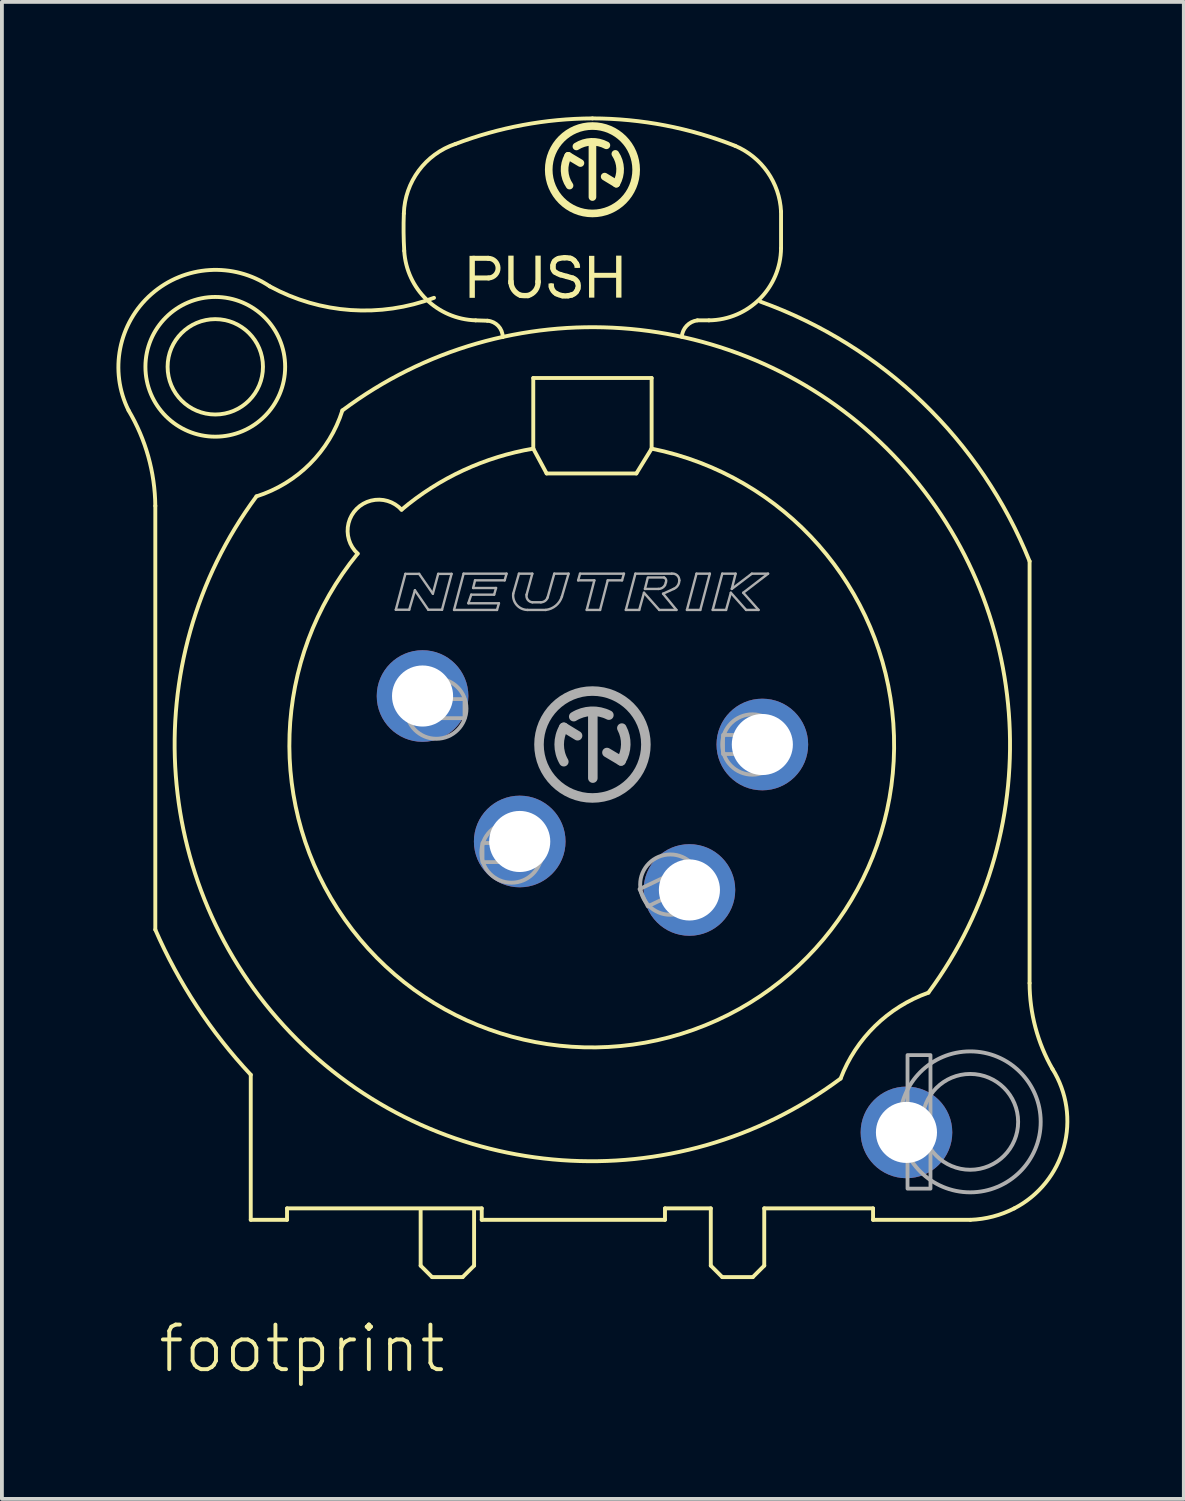
<source format=kicad_pcb>
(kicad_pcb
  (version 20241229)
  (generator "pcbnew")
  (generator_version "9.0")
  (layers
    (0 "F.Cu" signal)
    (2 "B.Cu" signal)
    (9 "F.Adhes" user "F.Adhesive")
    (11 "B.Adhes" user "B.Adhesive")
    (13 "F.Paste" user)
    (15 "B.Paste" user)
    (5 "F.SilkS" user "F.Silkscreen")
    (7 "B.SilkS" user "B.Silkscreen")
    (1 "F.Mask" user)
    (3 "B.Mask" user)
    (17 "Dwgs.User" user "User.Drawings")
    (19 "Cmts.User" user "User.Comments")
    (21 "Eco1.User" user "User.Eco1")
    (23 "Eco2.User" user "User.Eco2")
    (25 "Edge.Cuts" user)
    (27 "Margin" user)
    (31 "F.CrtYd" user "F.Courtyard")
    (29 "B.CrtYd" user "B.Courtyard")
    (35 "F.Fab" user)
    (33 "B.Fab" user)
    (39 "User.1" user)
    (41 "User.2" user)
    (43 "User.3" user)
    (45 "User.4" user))
  (footprint "footprint"
    (layer "F.Cu")
    (at 12.468 16.451)
    (property "Reference" "footprint" (at -11.43 16.51 0) (layer "F.SilkS") (effects (font (size 1.168 1.168) (thickness 0.102)) (justify left bottom)))
    (fp_line (start -11.45 -6.25) (end -11.45 4.85) (stroke (width 0.102) (type solid)) (layer "F.SilkS"))
    (fp_line (start -8.95 8.65) (end -8.95 12.45) (stroke (width 0.102) (type solid)) (layer "F.SilkS"))
    (fp_line (start -8.95 12.45) (end -8 12.45) (stroke (width 0.102) (type solid)) (layer "F.SilkS"))
    (fp_line (start -8 12.15) (end -2.9 12.15) (stroke (width 0.102) (type solid)) (layer "F.SilkS"))
    (fp_line (start -8 12.45) (end -8 12.15) (stroke (width 0.102) (type solid)) (layer "F.SilkS"))
    (fp_line (start -4.5 12.2) (end -4.5 13.65) (stroke (width 0.102) (type solid)) (layer "F.SilkS"))
    (fp_line (start -4.5 13.65) (end -4.2 13.95) (stroke (width 0.102) (type solid)) (layer "F.SilkS"))
    (fp_line (start -4.2 13.95) (end -3.4 13.95) (stroke (width 0.102) (type solid)) (layer "F.SilkS"))
    (fp_line (start -3.4 13.95) (end -3.1 13.65) (stroke (width 0.102) (type solid)) (layer "F.SilkS"))
    (fp_line (start -3.13 -12.735) (end -2.73 -12.735) (stroke (width 0.13) (type solid)) (layer "F.SilkS"))
    (fp_line (start -3.1 13.65) (end -3.1 12.2) (stroke (width 0.102) (type solid)) (layer "F.SilkS"))
    (fp_line (start -2.9 12.15) (end -2.9 12.45) (stroke (width 0.102) (type solid)) (layer "F.SilkS"))
    (fp_line (start -2.9 12.45) (end 1.9 12.45) (stroke (width 0.102) (type solid)) (layer "F.SilkS"))
    (fp_line (start -2.75 -11.1) (end -3.06 -11.11) (stroke (width 0.102) (type solid)) (layer "F.SilkS"))
    (fp_line (start -2.72 -12.22) (end -3.11 -12.22) (stroke (width 0.13) (type solid)) (layer "F.SilkS"))
    (fp_line (start -1.55 -9.6) (end -1.55 -7.75) (stroke (width 0.102) (type solid)) (layer "F.SilkS"))
    (fp_line (start -1.55 -7.75) (end -1.2 -7.1) (stroke (width 0.102) (type solid)) (layer "F.SilkS"))
    (fp_line (start -1.2 -7.1) (end 1.15 -7.1) (stroke (width 0.102) (type solid)) (layer "F.SilkS"))
    (fp_line (start -1.08 -12.01) (end -1.075 -11.985) (stroke (width 0.14) (type solid)) (layer "F.SilkS"))
    (fp_line (start -0.315 -15.23) (end -0.635 -15.42) (stroke (width 0.2) (type solid)) (layer "F.SilkS"))
    (fp_line (start 0 -14.34) (end 0 -15.73) (stroke (width 0.2) (type solid)) (layer "F.SilkS"))
    (fp_line (start 0.32 -14.875) (end 0.625 -14.69) (stroke (width 0.2) (type solid)) (layer "F.SilkS"))
    (fp_line (start 1.15 -7.1) (end 1.55 -7.75) (stroke (width 0.102) (type solid)) (layer "F.SilkS"))
    (fp_line (start 1.55 -9.6) (end -1.55 -9.6) (stroke (width 0.102) (type solid)) (layer "F.SilkS"))
    (fp_line (start 1.55 -7.75) (end 1.55 -9.6) (stroke (width 0.102) (type solid)) (layer "F.SilkS"))
    (fp_line (start 1.9 12.15) (end 3.1 12.15) (stroke (width 0.102) (type solid)) (layer "F.SilkS"))
    (fp_line (start 1.9 12.45) (end 1.9 12.15) (stroke (width 0.102) (type solid)) (layer "F.SilkS"))
    (fp_line (start 3.1 12.15) (end 3.1 13.65) (stroke (width 0.102) (type solid)) (layer "F.SilkS"))
    (fp_line (start 3.1 13.65) (end 3.4 13.95) (stroke (width 0.102) (type solid)) (layer "F.SilkS"))
    (fp_line (start 3.4 13.95) (end 4.2 13.95) (stroke (width 0.102) (type solid)) (layer "F.SilkS"))
    (fp_line (start 4.2 13.95) (end 4.5 13.65) (stroke (width 0.102) (type solid)) (layer "F.SilkS"))
    (fp_line (start 4.5 12.15) (end 7.35 12.15) (stroke (width 0.102) (type solid)) (layer "F.SilkS"))
    (fp_line (start 4.5 13.65) (end 4.5 12.15) (stroke (width 0.102) (type solid)) (layer "F.SilkS"))
    (fp_line (start 4.94 -13.96) (end 4.94 -13) (stroke (width 0.102) (type solid)) (layer "F.SilkS"))
    (fp_line (start 7.35 12.15) (end 7.35 12.45) (stroke (width 0.102) (type solid)) (layer "F.SilkS"))
    (fp_line (start 7.35 12.45) (end 9.9 12.45) (stroke (width 0.102) (type solid)) (layer "F.SilkS"))
    (fp_line (start 11.45 6.25) (end 11.45 -4.8) (stroke (width 0.102) (type solid)) (layer "F.SilkS"))
    (fp_arc (start -12.15 -8.75) (mid -11.634641 -7.5463) (end -11.45 -6.25) (stroke (width 0.1016) (type solid)) (layer "F.SilkS"))
    (fp_arc (start -12.149999 -8.75) (mid -11.550562 -11.798717) (end -8.45 -12) (stroke (width 0.1016) (type solid)) (layer "F.SilkS"))
    (fp_arc (start -8.95 8.65) (mid -10.362445 6.856872) (end -11.45 4.85) (stroke (width 0.1016) (type solid)) (layer "F.SilkS"))
    (fp_arc (start -6.55 -8.75) (mid 7.709645 -7.752825) (end 8.799998 6.499998) (stroke (width 0.1016) (type solid)) (layer "F.SilkS"))
    (fp_arc (start -6.55 -8.749999) (mid -7.399996 -7.349995) (end -8.8 -6.5) (stroke (width 0.1016) (type solid)) (layer "F.SilkS"))
    (fp_arc (start -6.15 -5) (mid -6.175543 -6.175543) (end -5 -6.15) (stroke (width 0.1016) (type solid)) (layer "F.SilkS"))
    (fp_arc (start -5 -6.15) (mid -3.382475 -7.181744) (end -1.55 -7.75) (stroke (width 0.1016) (type solid)) (layer "F.SilkS"))
    (fp_arc (start -4.94 -13.91) (mid -4.550179 -15.031535) (end -3.589998 -15.73) (stroke (width 0.1016) (type solid)) (layer "F.SilkS"))
    (fp_arc (start -4.93 -12.93) (mid -4.946992 -13.419878) (end -4.94 -13.91) (stroke (width 0.1016) (type solid)) (layer "F.SilkS"))
    (fp_arc (start -4.15 -11.7) (mid -6.332781 -11.380141) (end -8.45 -12) (stroke (width 0.1016) (type solid)) (layer "F.SilkS"))
    (fp_arc (start -3.59 -15.73) (mid -1.825069 -16.226116) (end 0 -16.4) (stroke (width 0.1016) (type solid)) (layer "F.SilkS"))
    (fp_arc (start -3.06 -11.11) (mid -4.347877 -11.657428) (end -4.929998 -12.93) (stroke (width 0.1016) (type solid)) (layer "F.SilkS"))
    (fp_arc (start -2.75 -11.1) (mid -2.465454 -10.963647) (end -2.35 -10.67) (stroke (width 0.1016) (type solid)) (layer "F.SilkS"))
    (fp_arc (start -2.73 -12.735) (mid -2.47245 -12.482404) (end -2.719998 -12.219998) (stroke (width 0.13) (type solid)) (layer "F.SilkS"))
    (fp_arc (start -1.88 -11.765) (mid -2.064528 -11.907658) (end -2.135 -12.13) (stroke (width 0.14) (type solid)) (layer "F.SilkS"))
    (fp_arc (start -1.69 -11.76) (mid -1.785118 -11.758012) (end -1.88 -11.765) (stroke (width 0.14) (type solid)) (layer "F.SilkS"))
    (fp_arc (start -1.425 -12.13) (mid -1.491164 -11.897489) (end -1.69 -11.76) (stroke (width 0.14) (type solid)) (layer "F.SilkS"))
    (fp_arc (start -1.035 -12.545) (mid -1.023241 -12.602997) (end -0.994999 -12.655) (stroke (width 0.14) (type solid)) (layer "F.SilkS"))
    (fp_arc (start -1.035 -12.475) (mid -1.035897 -12.51) (end -1.035 -12.545) (stroke (width 0.14) (type solid)) (layer "F.SilkS"))
    (fp_arc (start -0.995 -12.655) (mid -0.944061 -12.70256) (end -0.88 -12.73) (stroke (width 0.14) (type solid)) (layer "F.SilkS"))
    (fp_arc (start -0.98 -12.375) (mid -1.018984 -12.418684) (end -1.035 -12.475001) (stroke (width 0.14) (type solid)) (layer "F.SilkS"))
    (fp_arc (start -0.945 -11.809999) (mid -1.02964 -11.88291) (end -1.075 -11.985) (stroke (width 0.14) (type solid)) (layer "F.SilkS"))
    (fp_arc (start -0.88 -12.73) (mid -0.805495 -12.743715) (end -0.73 -12.75) (stroke (width 0.14) (type solid)) (layer "F.SilkS"))
    (fp_arc (start -0.835 -12.305) (mid -0.91042 -12.33395) (end -0.98 -12.375) (stroke (width 0.14) (type solid)) (layer "F.SilkS"))
    (fp_arc (start -0.785 -11.755) (mid -0.867193 -11.776119) (end -0.945 -11.81) (stroke (width 0.14) (type solid)) (layer "F.SilkS"))
    (fp_arc (start -0.73 -12.75) (mid -0.654498 -12.747518) (end -0.58 -12.735) (stroke (width 0.14) (type solid)) (layer "F.SilkS"))
    (fp_arc (start -0.67 -12.26) (mid -0.752692 -12.281798) (end -0.835 -12.305) (stroke (width 0.14) (type solid)) (layer "F.SilkS"))
    (fp_arc (start -0.67 -12.26) (mid -0.592125 -12.238792) (end -0.515 -12.215) (stroke (width 0.14) (type solid)) (layer "F.SilkS"))
    (fp_arc (start -0.635 -11.755) (mid -0.71 -11.748536) (end -0.785 -11.755) (stroke (width 0.14) (type solid)) (layer "F.SilkS"))
    (fp_arc (start -0.600001 -14.640001) (mid -0.729534 -15.024974) (end -0.635 -15.42) (stroke (width 0.2) (type solid)) (layer "F.SilkS"))
    (fp_arc (start -0.58 -12.735) (mid -0.52536 -12.712732) (end -0.479999 -12.675) (stroke (width 0.14) (type solid)) (layer "F.SilkS"))
    (fp_arc (start -0.545 -11.775) (mid -0.589766 -11.763948) (end -0.635 -11.755) (stroke (width 0.14) (type solid)) (layer "F.SilkS"))
    (fp_arc (start -0.515 -12.214999) (mid -0.439971 -12.171119) (end -0.39 -12.1) (stroke (width 0.14) (type solid)) (layer "F.SilkS"))
    (fp_arc (start -0.48 -12.675) (mid -0.448393 -12.636205) (end -0.42 -12.595) (stroke (width 0.14) (type solid)) (layer "F.SilkS"))
    (fp_arc (start -0.42 -15.665) (mid -0.031557 -15.786174) (end 0.365001 -15.695) (stroke (width 0.2) (type solid)) (layer "F.SilkS"))
    (fp_arc (start -0.42 -12.595) (mid -0.409613 -12.577721) (end -0.4 -12.56) (stroke (width 0.14) (type solid)) (layer "F.SilkS"))
    (fp_arc (start -0.42 -11.865) (mid -0.474346 -11.808675) (end -0.545 -11.775) (stroke (width 0.14) (type solid)) (layer "F.SilkS"))
    (fp_arc (start -0.39 -12.1) (mid -0.372108 -12.017966) (end -0.385 -11.935) (stroke (width 0.14) (type solid)) (layer "F.SilkS"))
    (fp_arc (start -0.385 -11.935) (mid -0.40031 -11.898905) (end -0.42 -11.865) (stroke (width 0.14) (type solid)) (layer "F.SilkS"))
    (fp_arc (start 0 -16.4) (mid 1.903896 -16.21607) (end 3.74 -15.68) (stroke (width 0.1016) (type solid)) (layer "F.SilkS"))
    (fp_arc (start 0.6 -15.469999) (mid 0.725239 -15.083613) (end 0.625 -14.69) (stroke (width 0.2) (type solid)) (layer "F.SilkS"))
    (fp_arc (start 1.55 -7.75) (mid 2.64544 7.472228) (end -6.149999 -5) (stroke (width 0.1016) (type solid)) (layer "F.SilkS"))
    (fp_arc (start 2.339999 -10.680001) (mid 2.468258 -10.968173) (end 2.75 -11.11) (stroke (width 0.1016) (type solid)) (layer "F.SilkS"))
    (fp_arc (start 2.75 -11.11) (mid 2.9 -11.110782) (end 3.05 -11.11) (stroke (width 0.1016) (type solid)) (layer "F.SilkS"))
    (fp_arc (start 3.74 -15.68) (mid 4.587041 -14.992353) (end 4.94 -13.959999) (stroke (width 0.1016) (type solid)) (layer "F.SilkS"))
    (fp_arc (start 4.399999 -11.6) (mid 8.653124 -8.954894) (end 11.45 -4.8) (stroke (width 0.1016) (type solid)) (layer "F.SilkS"))
    (fp_arc (start 4.94 -13) (mid 4.380591 -11.669408) (end 3.049999 -11.109999) (stroke (width 0.1016) (type solid)) (layer "F.SilkS"))
    (fp_arc (start 6.5 8.75) (mid -7.7333 7.729886) (end -8.799998 -6.499998) (stroke (width 0.1016) (type solid)) (layer "F.SilkS"))
    (fp_arc (start 6.5 8.75) (mid 7.40247 7.371969) (end 8.8 6.5) (stroke (width 0.1016) (type solid)) (layer "F.SilkS"))
    (fp_arc (start 11.05 12.15) (mid 10.491533 12.363377) (end 9.9 12.45) (stroke (width 0.1016) (type solid)) (layer "F.SilkS"))
    (fp_arc (start 12.05 8.5) (mid 12.348211 10.543688) (end 11.05 12.15) (stroke (width 0.1016) (type solid)) (layer "F.SilkS"))
    (fp_arc (start 12.05 8.5) (mid 11.603713 7.41401) (end 11.45 6.25) (stroke (width 0.1016) (type solid)) (layer "F.SilkS"))
    (fp_circle (center -9.879 -9.893) (end -8.63 -9.893) (stroke (width 0.102) (type solid)) (fill no) (layer "F.SilkS"))
    (fp_circle (center -9.879 -9.893) (end -8.049 -9.893) (stroke (width 0.102) (type solid)) (fill no) (layer "F.SilkS"))
    (fp_circle (center 0 -15.055) (end 1.145 -15.055) (stroke (width 0.2) (type solid)) (fill no) (layer "F.SilkS"))
    (fp_poly (pts (xy -3.22 -11.7) (xy -3.08 -11.7) (xy -3.08 -12.8) (xy -3.22 -12.8)) (stroke (width 0) (type solid)) (fill yes) (layer "F.SilkS"))
    (fp_poly (pts (xy -2.205 -12.06) (xy -2.065 -12.06) (xy -2.065 -12.805) (xy -2.205 -12.805)) (stroke (width 0) (type solid)) (fill yes) (layer "F.SilkS"))
    (fp_poly (pts (xy -1.495 -12.08) (xy -1.355 -12.08) (xy -1.355 -12.805) (xy -1.495 -12.805)) (stroke (width 0) (type solid)) (fill yes) (layer "F.SilkS"))
    (fp_poly (pts (xy -1.15 -12.025) (xy -1.01 -12.025) (xy -1.01 -12.075) (xy -1.15 -12.075)) (stroke (width 0) (type solid)) (fill yes) (layer "F.SilkS"))
    (fp_poly (pts (xy -0.47 -12.485) (xy -0.325 -12.485) (xy -0.325 -12.545) (xy -0.47 -12.545)) (stroke (width 0) (type solid)) (fill yes) (layer "F.SilkS"))
    (fp_poly (pts (xy -0.09 -11.705) (xy 0.05 -11.705) (xy 0.05 -12.8) (xy -0.09 -12.8)) (stroke (width 0) (type solid)) (fill yes) (layer "F.SilkS"))
    (fp_poly (pts (xy 0.035 -12.225) (xy 0.64 -12.225) (xy 0.64 -12.355) (xy 0.035 -12.355)) (stroke (width 0) (type solid)) (fill yes) (layer "F.SilkS"))
    (fp_poly (pts (xy 0.62 -11.705) (xy 0.76 -11.705) (xy 0.76 -12.805) (xy 0.62 -12.805)) (stroke (width 0) (type solid)) (fill yes) (layer "F.SilkS"))
    (fp_line (start -5.15 -3.53) (end -4.9 -4.47) (stroke (width 0.063) (type solid)) (layer "F.Fab"))
    (fp_line (start -4.9 -4.47) (end -4.54 -4.47) (stroke (width 0.063) (type solid)) (layer "F.Fab"))
    (fp_line (start -4.8 -3.53) (end -5.15 -3.53) (stroke (width 0.063) (type solid)) (layer "F.Fab"))
    (fp_line (start -4.65 -4.04) (end -4.8 -3.53) (stroke (width 0.063) (type solid)) (layer "F.Fab"))
    (fp_line (start -4.54 -4.47) (end -4.18 -3.95) (stroke (width 0.063) (type solid)) (layer "F.Fab"))
    (fp_line (start -4.3 -3.53) (end -4.65 -4.04) (stroke (width 0.063) (type solid)) (layer "F.Fab"))
    (fp_line (start -4.18 -3.95) (end -4.04 -4.47) (stroke (width 0.063) (type solid)) (layer "F.Fab"))
    (fp_line (start -4.04 -4.47) (end -3.69 -4.47) (stroke (width 0.063) (type solid)) (layer "F.Fab"))
    (fp_line (start -3.94 -3.53) (end -4.3 -3.53) (stroke (width 0.063) (type solid)) (layer "F.Fab"))
    (fp_line (start -3.69 -4.47) (end -3.94 -3.53) (stroke (width 0.063) (type solid)) (layer "F.Fab"))
    (fp_line (start -3.625 -3.525) (end -3.375 -4.475) (stroke (width 0.063) (type solid)) (layer "F.Fab"))
    (fp_line (start -3.375 -4.475) (end -2.25 -4.475) (stroke (width 0.063) (type solid)) (layer "F.Fab"))
    (fp_line (start -3.25 -3.7) (end -2.45 -3.7) (stroke (width 0.063) (type solid)) (layer "F.Fab"))
    (fp_line (start -3.175 -3.925) (end -3.25 -3.7) (stroke (width 0.063) (type solid)) (layer "F.Fab"))
    (fp_line (start -3.125 -4.1) (end -2.525 -4.1) (stroke (width 0.063) (type solid)) (layer "F.Fab"))
    (fp_line (start -3.075 -4.3) (end -3.125 -4.1) (stroke (width 0.063) (type solid)) (layer "F.Fab"))
    (fp_line (start -2.575 -3.925) (end -3.175 -3.925) (stroke (width 0.063) (type solid)) (layer "F.Fab"))
    (fp_line (start -2.525 -4.1) (end -2.575 -3.925) (stroke (width 0.063) (type solid)) (layer "F.Fab"))
    (fp_line (start -2.5 -3.525) (end -3.625 -3.525) (stroke (width 0.063) (type solid)) (layer "F.Fab"))
    (fp_line (start -2.45 -3.7) (end -2.5 -3.525) (stroke (width 0.063) (type solid)) (layer "F.Fab"))
    (fp_line (start -2.3 -4.3) (end -3.075 -4.3) (stroke (width 0.063) (type solid)) (layer "F.Fab"))
    (fp_line (start -2.25 -4.475) (end -2.3 -4.3) (stroke (width 0.063) (type solid)) (layer "F.Fab"))
    (fp_line (start -2.075 -3.95) (end -1.925 -4.475) (stroke (width 0.063) (type solid)) (layer "F.Fab"))
    (fp_line (start -1.925 -4.475) (end -1.575 -4.475) (stroke (width 0.063) (type solid)) (layer "F.Fab"))
    (fp_line (start -1.575 -4.475) (end -1.725 -3.925) (stroke (width 0.063) (type solid)) (layer "F.Fab"))
    (fp_line (start -1.575 -3.725) (end -1.35 -3.725) (stroke (width 0.063) (type solid)) (layer "F.Fab"))
    (fp_line (start -1.225 -3.525) (end -1.7 -3.525) (stroke (width 0.063) (type solid)) (layer "F.Fab"))
    (fp_line (start -1.175 -3.85) (end -1 -4.475) (stroke (width 0.063) (type solid)) (layer "F.Fab"))
    (fp_line (start -1 -4.475) (end -0.625 -4.475) (stroke (width 0.063) (type solid)) (layer "F.Fab"))
    (fp_line (start -0.75 -0.45) (end -0.39 -0.23) (stroke (width 0.25) (type solid)) (layer "F.Fab"))
    (fp_line (start -0.625 -4.475) (end -0.8 -3.875) (stroke (width 0.063) (type solid)) (layer "F.Fab"))
    (fp_line (start -0.375 -4.3) (end -0.325 -4.475) (stroke (width 0.063) (type solid)) (layer "F.Fab"))
    (fp_line (start -0.325 -4.475) (end 0.825 -4.475) (stroke (width 0.063) (type solid)) (layer "F.Fab"))
    (fp_line (start -0.15 -3.525) (end 0.05 -4.3) (stroke (width 0.063) (type solid)) (layer "F.Fab"))
    (fp_line (start 0.01 0.88) (end 0.01 -0.78) (stroke (width 0.25) (type solid)) (layer "F.Fab"))
    (fp_line (start 0.05 -4.3) (end -0.375 -4.3) (stroke (width 0.063) (type solid)) (layer "F.Fab"))
    (fp_line (start 0.2 -3.525) (end -0.15 -3.525) (stroke (width 0.063) (type solid)) (layer "F.Fab"))
    (fp_line (start 0.38 0.21) (end 0.75 0.43) (stroke (width 0.25) (type solid)) (layer "F.Fab"))
    (fp_line (start 0.4 -4.3) (end 0.2 -3.525) (stroke (width 0.063) (type solid)) (layer "F.Fab"))
    (fp_line (start 0.775 -4.3) (end 0.4 -4.3) (stroke (width 0.063) (type solid)) (layer "F.Fab"))
    (fp_line (start 0.825 -4.475) (end 0.775 -4.3) (stroke (width 0.063) (type solid)) (layer "F.Fab"))
    (fp_line (start 0.875 -3.525) (end 1.125 -4.475) (stroke (width 0.063) (type solid)) (layer "F.Fab"))
    (fp_line (start 1.125 -4.475) (end 2.075 -4.475) (stroke (width 0.063) (type solid)) (layer "F.Fab"))
    (fp_line (start 1.225 -3.525) (end 0.875 -3.525) (stroke (width 0.063) (type solid)) (layer "F.Fab"))
    (fp_line (start 1.35 -3.975) (end 1.225 -3.525) (stroke (width 0.063) (type solid)) (layer "F.Fab"))
    (fp_line (start 1.375 -4.075) (end 1.725 -4.075) (stroke (width 0.063) (type solid)) (layer "F.Fab"))
    (fp_line (start 1.45 -4.375) (end 1.375 -4.075) (stroke (width 0.063) (type solid)) (layer "F.Fab"))
    (fp_line (start 1.75 -3.525) (end 1.35 -3.975) (stroke (width 0.063) (type solid)) (layer "F.Fab"))
    (fp_line (start 1.85 -3.95) (end 2.2 -3.525) (stroke (width 0.063) (type solid)) (layer "F.Fab"))
    (fp_line (start 1.875 -4.375) (end 1.475 -4.375) (stroke (width 0.063) (type solid)) (layer "F.Fab"))
    (fp_line (start 1.9 -4.175) (end 1.925 -4.25) (stroke (width 0.063) (type solid)) (layer "F.Fab"))
    (fp_line (start 2.125 -4.075) (end 1.85 -3.95) (stroke (width 0.063) (type solid)) (layer "F.Fab"))
    (fp_line (start 2.2 -3.525) (end 1.75 -3.525) (stroke (width 0.063) (type solid)) (layer "F.Fab"))
    (fp_line (start 2.475 -3.525) (end 2.725 -4.475) (stroke (width 0.063) (type solid)) (layer "F.Fab"))
    (fp_line (start 2.725 -4.475) (end 3.075 -4.475) (stroke (width 0.063) (type solid)) (layer "F.Fab"))
    (fp_line (start 2.825 -3.525) (end 2.475 -3.525) (stroke (width 0.063) (type solid)) (layer "F.Fab"))
    (fp_line (start 3.075 -4.475) (end 2.825 -3.525) (stroke (width 0.063) (type solid)) (layer "F.Fab"))
    (fp_line (start 3.15 -3.525) (end 3.5 -3.525) (stroke (width 0.063) (type solid)) (layer "F.Fab"))
    (fp_line (start 3.4 -4.475) (end 3.15 -3.525) (stroke (width 0.063) (type solid)) (layer "F.Fab"))
    (fp_line (start 3.5 -3.525) (end 3.625 -3.975) (stroke (width 0.063) (type solid)) (layer "F.Fab"))
    (fp_line (start 3.625 -3.975) (end 4.025 -3.525) (stroke (width 0.063) (type solid)) (layer "F.Fab"))
    (fp_line (start 3.65 -4.075) (end 3.75 -4.475) (stroke (width 0.063) (type solid)) (layer "F.Fab"))
    (fp_line (start 3.75 -4.475) (end 3.4 -4.475) (stroke (width 0.063) (type solid)) (layer "F.Fab"))
    (fp_line (start 3.95 -3.975) (end 4.6 -4.475) (stroke (width 0.063) (type solid)) (layer "F.Fab"))
    (fp_line (start 4.025 -3.525) (end 4.35 -3.525) (stroke (width 0.063) (type solid)) (layer "F.Fab"))
    (fp_line (start 4.175 -4.475) (end 3.65 -4.075) (stroke (width 0.063) (type solid)) (layer "F.Fab"))
    (fp_line (start 4.35 -3.525) (end 3.95 -3.975) (stroke (width 0.063) (type solid)) (layer "F.Fab"))
    (fp_line (start 4.6 -4.475) (end 4.175 -4.475) (stroke (width 0.063) (type solid)) (layer "F.Fab"))
    (fp_arc (start -1.7 -3.525) (mid -1.982521 -3.653658) (end -2.075 -3.95) (stroke (width 0.0634) (type solid)) (layer "F.Fab"))
    (fp_arc (start -1.575001 -3.724999) (mid -1.694241 -3.79182) (end -1.725 -3.925) (stroke (width 0.0634) (type solid)) (layer "F.Fab"))
    (fp_arc (start -1.175 -3.85) (mid -1.243079 -3.760311) (end -1.35 -3.725) (stroke (width 0.0634) (type solid)) (layer "F.Fab"))
    (fp_arc (start -0.8 -3.875) (mid -0.960312 -3.636629) (end -1.224999 -3.525) (stroke (width 0.0634) (type solid)) (layer "F.Fab"))
    (fp_arc (start -0.75 0.45) (mid -0.871403 0) (end -0.75 -0.45) (stroke (width 0.25) (type solid)) (layer "F.Fab"))
    (fp_arc (start -0.49 -0.73) (mid -0.035247 -0.870661) (end 0.429999 -0.77) (stroke (width 0.25) (type solid)) (layer "F.Fab"))
    (fp_arc (start 0.769999 -0.430001) (mid 0.873225 0.002632) (end 0.75 0.43) (stroke (width 0.25) (type solid)) (layer "F.Fab"))
    (fp_arc (start 1.875 -4.375) (mid 1.925888 -4.322855) (end 1.925 -4.25) (stroke (width 0.0634) (type solid)) (layer "F.Fab"))
    (fp_arc (start 1.899999 -4.175) (mid 1.82636 -4.100745) (end 1.725 -4.075) (stroke (width 0.0634) (type solid)) (layer "F.Fab"))
    (fp_arc (start 2.075 -4.475) (mid 2.215619 -4.43392) (end 2.275 -4.299998) (stroke (width 0.0634) (type solid)) (layer "F.Fab"))
    (fp_arc (start 2.275 -4.3) (mid 2.235142 -4.164071) (end 2.125 -4.074999) (stroke (width 0.0634) (type solid)) (layer "F.Fab"))
    (fp_circle (center -4.09 -0.94) (end -3.3 -0.94) (stroke (width 0.102) (type solid)) (fill no) (layer "F.Fab"))
    (fp_circle (center -2.12 2.83) (end -1.33 2.83) (stroke (width 0.102) (type solid)) (fill no) (layer "F.Fab"))
    (fp_circle (center 0 0) (end 1.4 0) (stroke (width 0.25) (type solid)) (fill no) (layer "F.Fab"))
    (fp_circle (center 2.04 3.67) (end 2.83 3.67) (stroke (width 0.102) (type solid)) (fill no) (layer "F.Fab"))
    (fp_circle (center 4.19 0) (end 4.98 0) (stroke (width 0.102) (type solid)) (fill no) (layer "F.Fab"))
    (fp_circle (center 9.895 9.884) (end 11.15 9.884) (stroke (width 0.102) (type solid)) (fill no) (layer "F.Fab"))
    (fp_circle (center 9.895 9.884) (end 11.741 9.884) (stroke (width 0.102) (type solid)) (fill no) (layer "F.Fab"))
    (fp_poly (pts (xy -4.85 -0.69) (xy -3.35 -0.69) (xy -3.35 -1.19) (xy -4.85 -1.19)) (stroke (width 0.1) (type solid)) (fill no) (layer "F.Fab"))
    (fp_poly (pts (xy -2.88 3.08) (xy -1.36 3.08) (xy -1.36 2.58) (xy -2.88 2.58)) (stroke (width 0.1) (type solid)) (fill no) (layer "F.Fab"))
    (fp_poly (pts (xy 1.449 4.239) (xy 2.829 3.578) (xy 2.613 3.127) (xy 1.233 3.788)) (stroke (width 0.1) (type solid)) (fill no) (layer "F.Fab"))
    (fp_poly (pts (xy 3.42 0.25) (xy 4.95 0.25) (xy 4.95 -0.25) (xy 3.42 -0.25)) (stroke (width 0.1) (type solid)) (fill no) (layer "F.Fab"))
    (fp_poly (pts (xy 8.253 11.633) (xy 8.854 11.633) (xy 8.854 8.135) (xy 8.253 8.135)) (stroke (width 0.1) (type solid)) (fill no) (layer "F.Fab"))
    (pad "1" thru_hole circle (at 4.45 0) (size 2.4 2.4) (drill 1.6) (layers "*.Cu" "*.Mask"))
    (pad "2" thru_hole circle (at 2.54 3.81) (size 2.4 2.4) (drill 1.6) (layers "*.Cu" "*.Mask"))
    (pad "3" thru_hole circle (at -1.905 2.54) (size 2.4 2.4) (drill 1.6) (layers "*.Cu" "*.Mask"))
    (pad "4" thru_hole circle (at -4.45 -1.27) (size 2.4 2.4) (drill 1.6) (layers "*.Cu" "*.Mask"))
    (pad "G" thru_hole circle (at 8.225 10.16) (size 2.4 2.4) (drill 1.6) (layers "*.Cu" "*.Mask")))
  (gr_rect
    (start -3 -3)
    (end 27.958 36.211)
    (stroke (width 0.1) (type default))
    (fill no)
    (layer "Edge.Cuts")))
</source>
